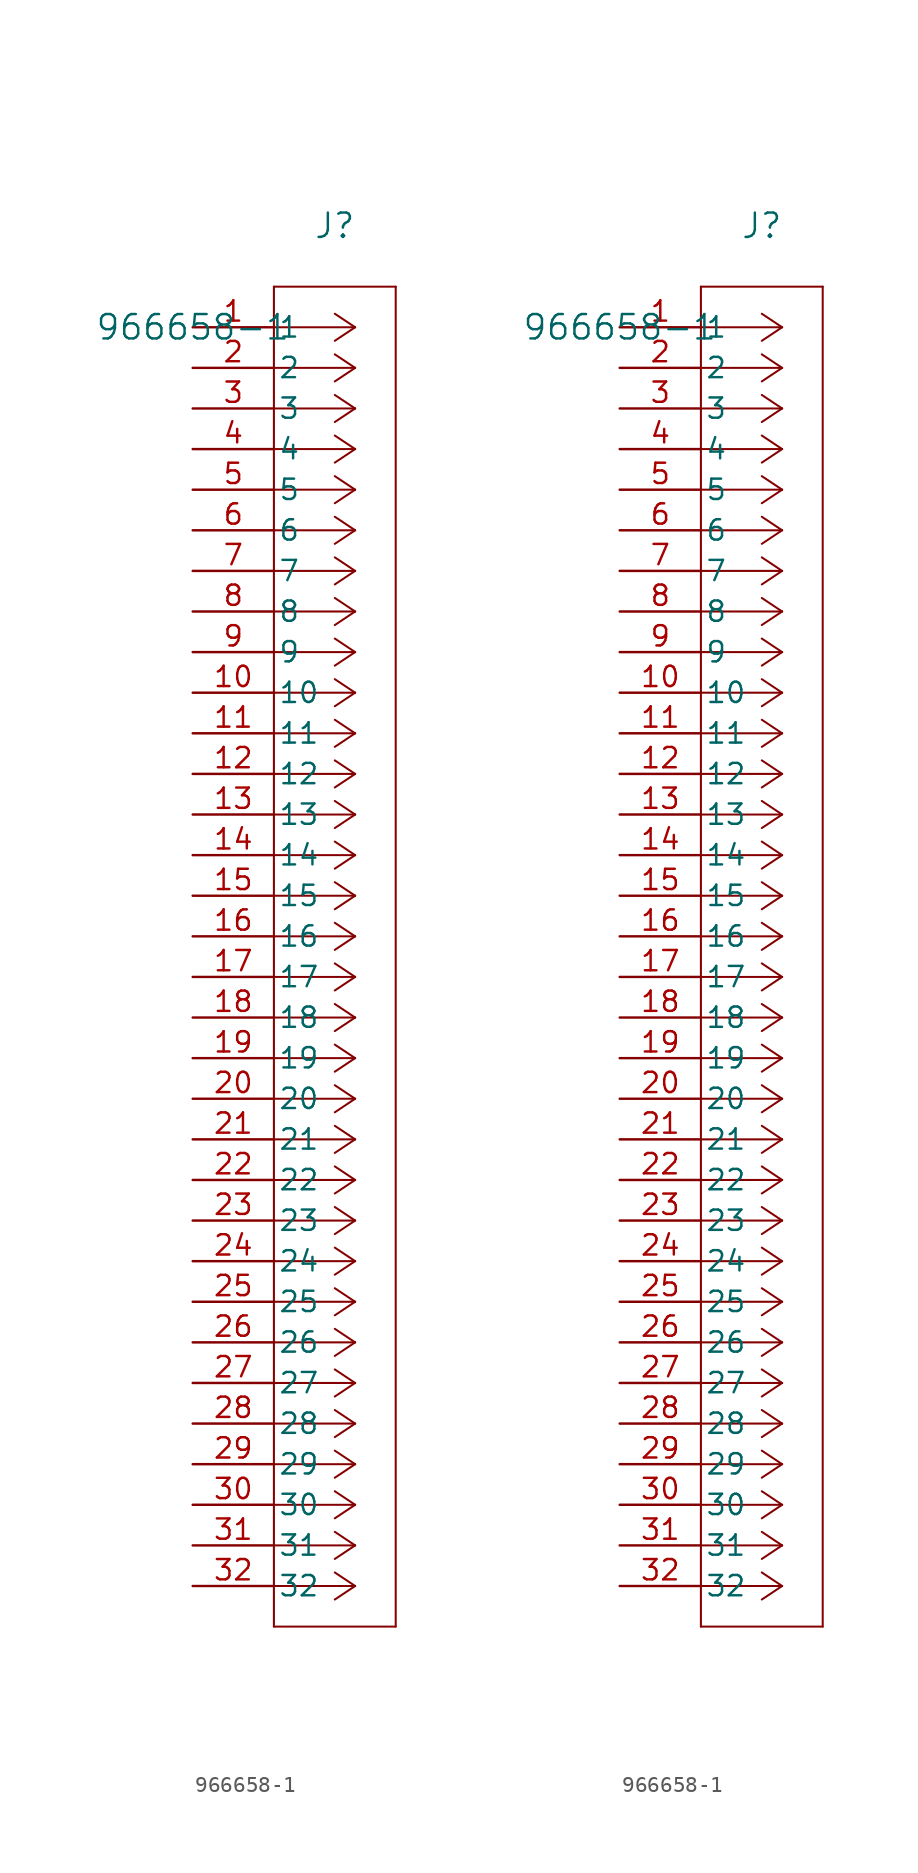
<source format=kicad_sym>
(kicad_symbol_lib
  (version 20211014)
  (generator kicad_symbol_editor)
  (symbol "966658-1"
    (pin_names
      (offset 0.254))
    (property "Reference" "J"
      (at 8.89 6.35 0)
      (effects (font (size 1.524 1.524))))
    (property "Value" "966658-1"
      (at 0 0 0)
      (effects (font (size 1.524 1.524))))
    (symbol "966658-1_1_1"
      (polyline (pts (xy 10.16 0) (xy 5.08 0)) (stroke (width 0.127) (type default) (color 0 0 0 0)) (fill (type none)))
      (polyline (pts (xy 10.16 -2.54) (xy 5.08 -2.54)) (stroke (width 0.127) (type default) (color 0 0 0 0)) (fill (type none)))
      (polyline (pts (xy 10.16 -5.08) (xy 5.08 -5.08)) (stroke (width 0.127) (type default) (color 0 0 0 0)) (fill (type none)))
      (polyline (pts (xy 10.16 -7.62) (xy 5.08 -7.62)) (stroke (width 0.127) (type default) (color 0 0 0 0)) (fill (type none)))
      (polyline (pts (xy 10.16 -10.16) (xy 5.08 -10.16)) (stroke (width 0.127) (type default) (color 0 0 0 0)) (fill (type none)))
      (polyline (pts (xy 10.16 -12.7) (xy 5.08 -12.7)) (stroke (width 0.127) (type default) (color 0 0 0 0)) (fill (type none)))
      (polyline (pts (xy 10.16 -15.24) (xy 5.08 -15.24)) (stroke (width 0.127) (type default) (color 0 0 0 0)) (fill (type none)))
      (polyline (pts (xy 10.16 -17.78) (xy 5.08 -17.78)) (stroke (width 0.127) (type default) (color 0 0 0 0)) (fill (type none)))
      (polyline (pts (xy 10.16 -20.32) (xy 5.08 -20.32)) (stroke (width 0.127) (type default) (color 0 0 0 0)) (fill (type none)))
      (polyline (pts (xy 10.16 -22.86) (xy 5.08 -22.86)) (stroke (width 0.127) (type default) (color 0 0 0 0)) (fill (type none)))
      (polyline (pts (xy 10.16 -25.4) (xy 5.08 -25.4)) (stroke (width 0.127) (type default) (color 0 0 0 0)) (fill (type none)))
      (polyline (pts (xy 10.16 -27.94) (xy 5.08 -27.94)) (stroke (width 0.127) (type default) (color 0 0 0 0)) (fill (type none)))
      (polyline (pts (xy 10.16 -30.48) (xy 5.08 -30.48)) (stroke (width 0.127) (type default) (color 0 0 0 0)) (fill (type none)))
      (polyline (pts (xy 10.16 -33.02) (xy 5.08 -33.02)) (stroke (width 0.127) (type default) (color 0 0 0 0)) (fill (type none)))
      (polyline (pts (xy 10.16 -35.56) (xy 5.08 -35.56)) (stroke (width 0.127) (type default) (color 0 0 0 0)) (fill (type none)))
      (polyline (pts (xy 10.16 -38.1) (xy 5.08 -38.1)) (stroke (width 0.127) (type default) (color 0 0 0 0)) (fill (type none)))
      (polyline (pts (xy 10.16 -40.64) (xy 5.08 -40.64)) (stroke (width 0.127) (type default) (color 0 0 0 0)) (fill (type none)))
      (polyline (pts (xy 10.16 -43.18) (xy 5.08 -43.18)) (stroke (width 0.127) (type default) (color 0 0 0 0)) (fill (type none)))
      (polyline (pts (xy 10.16 -45.72) (xy 5.08 -45.72)) (stroke (width 0.127) (type default) (color 0 0 0 0)) (fill (type none)))
      (polyline (pts (xy 10.16 -48.26) (xy 5.08 -48.26)) (stroke (width 0.127) (type default) (color 0 0 0 0)) (fill (type none)))
      (polyline (pts (xy 10.16 -50.8) (xy 5.08 -50.8)) (stroke (width 0.127) (type default) (color 0 0 0 0)) (fill (type none)))
      (polyline (pts (xy 10.16 -53.34) (xy 5.08 -53.34)) (stroke (width 0.127) (type default) (color 0 0 0 0)) (fill (type none)))
      (polyline (pts (xy 10.16 -55.88) (xy 5.08 -55.88)) (stroke (width 0.127) (type default) (color 0 0 0 0)) (fill (type none)))
      (polyline (pts (xy 10.16 -58.42) (xy 5.08 -58.42)) (stroke (width 0.127) (type default) (color 0 0 0 0)) (fill (type none)))
      (polyline (pts (xy 10.16 -60.96) (xy 5.08 -60.96)) (stroke (width 0.127) (type default) (color 0 0 0 0)) (fill (type none)))
      (polyline (pts (xy 10.16 -63.5) (xy 5.08 -63.5)) (stroke (width 0.127) (type default) (color 0 0 0 0)) (fill (type none)))
      (polyline (pts (xy 10.16 -66.04) (xy 5.08 -66.04)) (stroke (width 0.127) (type default) (color 0 0 0 0)) (fill (type none)))
      (polyline (pts (xy 10.16 -68.58) (xy 5.08 -68.58)) (stroke (width 0.127) (type default) (color 0 0 0 0)) (fill (type none)))
      (polyline (pts (xy 10.16 -71.12) (xy 5.08 -71.12)) (stroke (width 0.127) (type default) (color 0 0 0 0)) (fill (type none)))
      (polyline (pts (xy 10.16 -73.66) (xy 5.08 -73.66)) (stroke (width 0.127) (type default) (color 0 0 0 0)) (fill (type none)))
      (polyline (pts (xy 10.16 -76.2) (xy 5.08 -76.2)) (stroke (width 0.127) (type default) (color 0 0 0 0)) (fill (type none)))
      (polyline (pts (xy 10.16 -78.74) (xy 5.08 -78.74)) (stroke (width 0.127) (type default) (color 0 0 0 0)) (fill (type none)))
      (polyline (pts (xy 10.16 0) (xy 8.89 0.847)) (stroke (width 0.127) (type default) (color 0 0 0 0)) (fill (type none)))
      (polyline (pts (xy 10.16 -2.54) (xy 8.89 -1.693)) (stroke (width 0.127) (type default) (color 0 0 0 0)) (fill (type none)))
      (polyline (pts (xy 10.16 -5.08) (xy 8.89 -4.233)) (stroke (width 0.127) (type default) (color 0 0 0 0)) (fill (type none)))
      (polyline (pts (xy 10.16 -7.62) (xy 8.89 -6.773)) (stroke (width 0.127) (type default) (color 0 0 0 0)) (fill (type none)))
      (polyline (pts (xy 10.16 -10.16) (xy 8.89 -9.313)) (stroke (width 0.127) (type default) (color 0 0 0 0)) (fill (type none)))
      (polyline (pts (xy 10.16 -12.7) (xy 8.89 -11.853)) (stroke (width 0.127) (type default) (color 0 0 0 0)) (fill (type none)))
      (polyline (pts (xy 10.16 -15.24) (xy 8.89 -14.393)) (stroke (width 0.127) (type default) (color 0 0 0 0)) (fill (type none)))
      (polyline (pts (xy 10.16 -17.78) (xy 8.89 -16.933)) (stroke (width 0.127) (type default) (color 0 0 0 0)) (fill (type none)))
      (polyline (pts (xy 10.16 -20.32) (xy 8.89 -19.473)) (stroke (width 0.127) (type default) (color 0 0 0 0)) (fill (type none)))
      (polyline (pts (xy 10.16 -22.86) (xy 8.89 -22.013)) (stroke (width 0.127) (type default) (color 0 0 0 0)) (fill (type none)))
      (polyline (pts (xy 10.16 -25.4) (xy 8.89 -24.553)) (stroke (width 0.127) (type default) (color 0 0 0 0)) (fill (type none)))
      (polyline (pts (xy 10.16 -27.94) (xy 8.89 -27.093)) (stroke (width 0.127) (type default) (color 0 0 0 0)) (fill (type none)))
      (polyline (pts (xy 10.16 -30.48) (xy 8.89 -29.633)) (stroke (width 0.127) (type default) (color 0 0 0 0)) (fill (type none)))
      (polyline (pts (xy 10.16 -33.02) (xy 8.89 -32.173)) (stroke (width 0.127) (type default) (color 0 0 0 0)) (fill (type none)))
      (polyline (pts (xy 10.16 -35.56) (xy 8.89 -34.713)) (stroke (width 0.127) (type default) (color 0 0 0 0)) (fill (type none)))
      (polyline (pts (xy 10.16 -38.1) (xy 8.89 -37.253)) (stroke (width 0.127) (type default) (color 0 0 0 0)) (fill (type none)))
      (polyline (pts (xy 10.16 -40.64) (xy 8.89 -39.793)) (stroke (width 0.127) (type default) (color 0 0 0 0)) (fill (type none)))
      (polyline (pts (xy 10.16 -43.18) (xy 8.89 -42.333)) (stroke (width 0.127) (type default) (color 0 0 0 0)) (fill (type none)))
      (polyline (pts (xy 10.16 -45.72) (xy 8.89 -44.873)) (stroke (width 0.127) (type default) (color 0 0 0 0)) (fill (type none)))
      (polyline (pts (xy 10.16 -48.26) (xy 8.89 -47.413)) (stroke (width 0.127) (type default) (color 0 0 0 0)) (fill (type none)))
      (polyline (pts (xy 10.16 -50.8) (xy 8.89 -49.953)) (stroke (width 0.127) (type default) (color 0 0 0 0)) (fill (type none)))
      (polyline (pts (xy 10.16 -53.34) (xy 8.89 -52.493)) (stroke (width 0.127) (type default) (color 0 0 0 0)) (fill (type none)))
      (polyline (pts (xy 10.16 -55.88) (xy 8.89 -55.033)) (stroke (width 0.127) (type default) (color 0 0 0 0)) (fill (type none)))
      (polyline (pts (xy 10.16 -58.42) (xy 8.89 -57.573)) (stroke (width 0.127) (type default) (color 0 0 0 0)) (fill (type none)))
      (polyline (pts (xy 10.16 -60.96) (xy 8.89 -60.113)) (stroke (width 0.127) (type default) (color 0 0 0 0)) (fill (type none)))
      (polyline (pts (xy 10.16 -63.5) (xy 8.89 -62.653)) (stroke (width 0.127) (type default) (color 0 0 0 0)) (fill (type none)))
      (polyline (pts (xy 10.16 -66.04) (xy 8.89 -65.193)) (stroke (width 0.127) (type default) (color 0 0 0 0)) (fill (type none)))
      (polyline (pts (xy 10.16 -68.58) (xy 8.89 -67.733)) (stroke (width 0.127) (type default) (color 0 0 0 0)) (fill (type none)))
      (polyline (pts (xy 10.16 -71.12) (xy 8.89 -70.273)) (stroke (width 0.127) (type default) (color 0 0 0 0)) (fill (type none)))
      (polyline (pts (xy 10.16 -73.66) (xy 8.89 -72.813)) (stroke (width 0.127) (type default) (color 0 0 0 0)) (fill (type none)))
      (polyline (pts (xy 10.16 -76.2) (xy 8.89 -75.353)) (stroke (width 0.127) (type default) (color 0 0 0 0)) (fill (type none)))
      (polyline (pts (xy 10.16 -78.74) (xy 8.89 -77.893)) (stroke (width 0.127) (type default) (color 0 0 0 0)) (fill (type none)))
      (polyline (pts (xy 10.16 0) (xy 8.89 -0.847)) (stroke (width 0.127) (type default) (color 0 0 0 0)) (fill (type none)))
      (polyline (pts (xy 10.16 -2.54) (xy 8.89 -3.387)) (stroke (width 0.127) (type default) (color 0 0 0 0)) (fill (type none)))
      (polyline (pts (xy 10.16 -5.08) (xy 8.89 -5.927)) (stroke (width 0.127) (type default) (color 0 0 0 0)) (fill (type none)))
      (polyline (pts (xy 10.16 -7.62) (xy 8.89 -8.467)) (stroke (width 0.127) (type default) (color 0 0 0 0)) (fill (type none)))
      (polyline (pts (xy 10.16 -10.16) (xy 8.89 -11.007)) (stroke (width 0.127) (type default) (color 0 0 0 0)) (fill (type none)))
      (polyline (pts (xy 10.16 -12.7) (xy 8.89 -13.547)) (stroke (width 0.127) (type default) (color 0 0 0 0)) (fill (type none)))
      (polyline (pts (xy 10.16 -15.24) (xy 8.89 -16.087)) (stroke (width 0.127) (type default) (color 0 0 0 0)) (fill (type none)))
      (polyline (pts (xy 10.16 -17.78) (xy 8.89 -18.627)) (stroke (width 0.127) (type default) (color 0 0 0 0)) (fill (type none)))
      (polyline (pts (xy 10.16 -20.32) (xy 8.89 -21.167)) (stroke (width 0.127) (type default) (color 0 0 0 0)) (fill (type none)))
      (polyline (pts (xy 10.16 -22.86) (xy 8.89 -23.707)) (stroke (width 0.127) (type default) (color 0 0 0 0)) (fill (type none)))
      (polyline (pts (xy 10.16 -25.4) (xy 8.89 -26.247)) (stroke (width 0.127) (type default) (color 0 0 0 0)) (fill (type none)))
      (polyline (pts (xy 10.16 -27.94) (xy 8.89 -28.787)) (stroke (width 0.127) (type default) (color 0 0 0 0)) (fill (type none)))
      (polyline (pts (xy 10.16 -30.48) (xy 8.89 -31.327)) (stroke (width 0.127) (type default) (color 0 0 0 0)) (fill (type none)))
      (polyline (pts (xy 10.16 -33.02) (xy 8.89 -33.867)) (stroke (width 0.127) (type default) (color 0 0 0 0)) (fill (type none)))
      (polyline (pts (xy 10.16 -35.56) (xy 8.89 -36.407)) (stroke (width 0.127) (type default) (color 0 0 0 0)) (fill (type none)))
      (polyline (pts (xy 10.16 -38.1) (xy 8.89 -38.947)) (stroke (width 0.127) (type default) (color 0 0 0 0)) (fill (type none)))
      (polyline (pts (xy 10.16 -40.64) (xy 8.89 -41.487)) (stroke (width 0.127) (type default) (color 0 0 0 0)) (fill (type none)))
      (polyline (pts (xy 10.16 -43.18) (xy 8.89 -44.027)) (stroke (width 0.127) (type default) (color 0 0 0 0)) (fill (type none)))
      (polyline (pts (xy 10.16 -45.72) (xy 8.89 -46.567)) (stroke (width 0.127) (type default) (color 0 0 0 0)) (fill (type none)))
      (polyline (pts (xy 10.16 -48.26) (xy 8.89 -49.107)) (stroke (width 0.127) (type default) (color 0 0 0 0)) (fill (type none)))
      (polyline (pts (xy 10.16 -50.8) (xy 8.89 -51.647)) (stroke (width 0.127) (type default) (color 0 0 0 0)) (fill (type none)))
      (polyline (pts (xy 10.16 -53.34) (xy 8.89 -54.187)) (stroke (width 0.127) (type default) (color 0 0 0 0)) (fill (type none)))
      (polyline (pts (xy 10.16 -55.88) (xy 8.89 -56.727)) (stroke (width 0.127) (type default) (color 0 0 0 0)) (fill (type none)))
      (polyline (pts (xy 10.16 -58.42) (xy 8.89 -59.267)) (stroke (width 0.127) (type default) (color 0 0 0 0)) (fill (type none)))
      (polyline (pts (xy 10.16 -60.96) (xy 8.89 -61.807)) (stroke (width 0.127) (type default) (color 0 0 0 0)) (fill (type none)))
      (polyline (pts (xy 10.16 -63.5) (xy 8.89 -64.347)) (stroke (width 0.127) (type default) (color 0 0 0 0)) (fill (type none)))
      (polyline (pts (xy 10.16 -66.04) (xy 8.89 -66.887)) (stroke (width 0.127) (type default) (color 0 0 0 0)) (fill (type none)))
      (polyline (pts (xy 10.16 -68.58) (xy 8.89 -69.427)) (stroke (width 0.127) (type default) (color 0 0 0 0)) (fill (type none)))
      (polyline (pts (xy 10.16 -71.12) (xy 8.89 -71.967)) (stroke (width 0.127) (type default) (color 0 0 0 0)) (fill (type none)))
      (polyline (pts (xy 10.16 -73.66) (xy 8.89 -74.507)) (stroke (width 0.127) (type default) (color 0 0 0 0)) (fill (type none)))
      (polyline (pts (xy 10.16 -76.2) (xy 8.89 -77.047)) (stroke (width 0.127) (type default) (color 0 0 0 0)) (fill (type none)))
      (polyline (pts (xy 10.16 -78.74) (xy 8.89 -79.587)) (stroke (width 0.127) (type default) (color 0 0 0 0)) (fill (type none)))
      (polyline (pts (xy 5.08 2.54) (xy 5.08 -81.28)) (stroke (width 0.127) (type default) (color 0 0 0 0)) (fill (type none)))
      (polyline (pts (xy 5.08 -81.28) (xy 12.7 -81.28)) (stroke (width 0.127) (type default) (color 0 0 0 0)) (fill (type none)))
      (polyline (pts (xy 12.7 -81.28) (xy 12.7 2.54)) (stroke (width 0.127) (type default) (color 0 0 0 0)) (fill (type none)))
      (polyline (pts (xy 12.7 2.54) (xy 5.08 2.54)) (stroke (width 0.127) (type default) (color 0 0 0 0)) (fill (type none)))
      (pin unspecified line (at 0 0 0) (length 5.08) (name "1" (effects (font (size 1.27 1.27)))) (number "1" (effects (font (size 1.27 1.27)))))
      (pin unspecified line (at 0 -2.54 0) (length 5.08) (name "2" (effects (font (size 1.27 1.27)))) (number "2" (effects (font (size 1.27 1.27)))))
      (pin unspecified line (at 0 -5.08 0) (length 5.08) (name "3" (effects (font (size 1.27 1.27)))) (number "3" (effects (font (size 1.27 1.27)))))
      (pin unspecified line (at 0 -7.62 0) (length 5.08) (name "4" (effects (font (size 1.27 1.27)))) (number "4" (effects (font (size 1.27 1.27)))))
      (pin unspecified line (at 0 -10.16 0) (length 5.08) (name "5" (effects (font (size 1.27 1.27)))) (number "5" (effects (font (size 1.27 1.27)))))
      (pin unspecified line (at 0 -12.7 0) (length 5.08) (name "6" (effects (font (size 1.27 1.27)))) (number "6" (effects (font (size 1.27 1.27)))))
      (pin unspecified line (at 0 -15.24 0) (length 5.08) (name "7" (effects (font (size 1.27 1.27)))) (number "7" (effects (font (size 1.27 1.27)))))
      (pin unspecified line (at 0 -17.78 0) (length 5.08) (name "8" (effects (font (size 1.27 1.27)))) (number "8" (effects (font (size 1.27 1.27)))))
      (pin unspecified line (at 0 -20.32 0) (length 5.08) (name "9" (effects (font (size 1.27 1.27)))) (number "9" (effects (font (size 1.27 1.27)))))
      (pin unspecified line (at 0 -22.86 0) (length 5.08) (name "10" (effects (font (size 1.27 1.27)))) (number "10" (effects (font (size 1.27 1.27)))))
      (pin unspecified line (at 0 -25.4 0) (length 5.08) (name "11" (effects (font (size 1.27 1.27)))) (number "11" (effects (font (size 1.27 1.27)))))
      (pin unspecified line (at 0 -27.94 0) (length 5.08) (name "12" (effects (font (size 1.27 1.27)))) (number "12" (effects (font (size 1.27 1.27)))))
      (pin unspecified line (at 0 -30.48 0) (length 5.08) (name "13" (effects (font (size 1.27 1.27)))) (number "13" (effects (font (size 1.27 1.27)))))
      (pin unspecified line (at 0 -33.02 0) (length 5.08) (name "14" (effects (font (size 1.27 1.27)))) (number "14" (effects (font (size 1.27 1.27)))))
      (pin unspecified line (at 0 -35.56 0) (length 5.08) (name "15" (effects (font (size 1.27 1.27)))) (number "15" (effects (font (size 1.27 1.27)))))
      (pin unspecified line (at 0 -38.1 0) (length 5.08) (name "16" (effects (font (size 1.27 1.27)))) (number "16" (effects (font (size 1.27 1.27)))))
      (pin unspecified line (at 0 -40.64 0) (length 5.08) (name "17" (effects (font (size 1.27 1.27)))) (number "17" (effects (font (size 1.27 1.27)))))
      (pin unspecified line (at 0 -43.18 0) (length 5.08) (name "18" (effects (font (size 1.27 1.27)))) (number "18" (effects (font (size 1.27 1.27)))))
      (pin unspecified line (at 0 -45.72 0) (length 5.08) (name "19" (effects (font (size 1.27 1.27)))) (number "19" (effects (font (size 1.27 1.27)))))
      (pin unspecified line (at 0 -48.26 0) (length 5.08) (name "20" (effects (font (size 1.27 1.27)))) (number "20" (effects (font (size 1.27 1.27)))))
      (pin unspecified line (at 0 -50.8 0) (length 5.08) (name "21" (effects (font (size 1.27 1.27)))) (number "21" (effects (font (size 1.27 1.27)))))
      (pin unspecified line (at 0 -53.34 0) (length 5.08) (name "22" (effects (font (size 1.27 1.27)))) (number "22" (effects (font (size 1.27 1.27)))))
      (pin unspecified line (at 0 -55.88 0) (length 5.08) (name "23" (effects (font (size 1.27 1.27)))) (number "23" (effects (font (size 1.27 1.27)))))
      (pin unspecified line (at 0 -58.42 0) (length 5.08) (name "24" (effects (font (size 1.27 1.27)))) (number "24" (effects (font (size 1.27 1.27)))))
      (pin unspecified line (at 0 -60.96 0) (length 5.08) (name "25" (effects (font (size 1.27 1.27)))) (number "25" (effects (font (size 1.27 1.27)))))
      (pin unspecified line (at 0 -63.5 0) (length 5.08) (name "26" (effects (font (size 1.27 1.27)))) (number "26" (effects (font (size 1.27 1.27)))))
      (pin unspecified line (at 0 -66.04 0) (length 5.08) (name "27" (effects (font (size 1.27 1.27)))) (number "27" (effects (font (size 1.27 1.27)))))
      (pin unspecified line (at 0 -68.58 0) (length 5.08) (name "28" (effects (font (size 1.27 1.27)))) (number "28" (effects (font (size 1.27 1.27)))))
      (pin unspecified line (at 0 -71.12 0) (length 5.08) (name "29" (effects (font (size 1.27 1.27)))) (number "29" (effects (font (size 1.27 1.27)))))
      (pin unspecified line (at 0 -73.66 0) (length 5.08) (name "30" (effects (font (size 1.27 1.27)))) (number "30" (effects (font (size 1.27 1.27)))))
      (pin unspecified line (at 0 -76.2 0) (length 5.08) (name "31" (effects (font (size 1.27 1.27)))) (number "31" (effects (font (size 1.27 1.27)))))
      (pin unspecified line (at 0 -78.74 0) (length 5.08) (name "32" (effects (font (size 1.27 1.27)))) (number "32" (effects (font (size 1.27 1.27))))))
    (symbol "966658-1_1_2"
      (polyline (pts (xy 10.16 0) (xy 5.08 0)) (stroke (width 0.127) (type default) (color 0 0 0 0)) (fill (type none)))
      (polyline (pts (xy 10.16 -2.54) (xy 5.08 -2.54)) (stroke (width 0.127) (type default) (color 0 0 0 0)) (fill (type none)))
      (polyline (pts (xy 10.16 -5.08) (xy 5.08 -5.08)) (stroke (width 0.127) (type default) (color 0 0 0 0)) (fill (type none)))
      (polyline (pts (xy 10.16 -7.62) (xy 5.08 -7.62)) (stroke (width 0.127) (type default) (color 0 0 0 0)) (fill (type none)))
      (polyline (pts (xy 10.16 -10.16) (xy 5.08 -10.16)) (stroke (width 0.127) (type default) (color 0 0 0 0)) (fill (type none)))
      (polyline (pts (xy 10.16 -12.7) (xy 5.08 -12.7)) (stroke (width 0.127) (type default) (color 0 0 0 0)) (fill (type none)))
      (polyline (pts (xy 10.16 -15.24) (xy 5.08 -15.24)) (stroke (width 0.127) (type default) (color 0 0 0 0)) (fill (type none)))
      (polyline (pts (xy 10.16 -17.78) (xy 5.08 -17.78)) (stroke (width 0.127) (type default) (color 0 0 0 0)) (fill (type none)))
      (polyline (pts (xy 10.16 -20.32) (xy 5.08 -20.32)) (stroke (width 0.127) (type default) (color 0 0 0 0)) (fill (type none)))
      (polyline (pts (xy 10.16 -22.86) (xy 5.08 -22.86)) (stroke (width 0.127) (type default) (color 0 0 0 0)) (fill (type none)))
      (polyline (pts (xy 10.16 -25.4) (xy 5.08 -25.4)) (stroke (width 0.127) (type default) (color 0 0 0 0)) (fill (type none)))
      (polyline (pts (xy 10.16 -27.94) (xy 5.08 -27.94)) (stroke (width 0.127) (type default) (color 0 0 0 0)) (fill (type none)))
      (polyline (pts (xy 10.16 -30.48) (xy 5.08 -30.48)) (stroke (width 0.127) (type default) (color 0 0 0 0)) (fill (type none)))
      (polyline (pts (xy 10.16 -33.02) (xy 5.08 -33.02)) (stroke (width 0.127) (type default) (color 0 0 0 0)) (fill (type none)))
      (polyline (pts (xy 10.16 -35.56) (xy 5.08 -35.56)) (stroke (width 0.127) (type default) (color 0 0 0 0)) (fill (type none)))
      (polyline (pts (xy 10.16 -38.1) (xy 5.08 -38.1)) (stroke (width 0.127) (type default) (color 0 0 0 0)) (fill (type none)))
      (polyline (pts (xy 10.16 -40.64) (xy 5.08 -40.64)) (stroke (width 0.127) (type default) (color 0 0 0 0)) (fill (type none)))
      (polyline (pts (xy 10.16 -43.18) (xy 5.08 -43.18)) (stroke (width 0.127) (type default) (color 0 0 0 0)) (fill (type none)))
      (polyline (pts (xy 10.16 -45.72) (xy 5.08 -45.72)) (stroke (width 0.127) (type default) (color 0 0 0 0)) (fill (type none)))
      (polyline (pts (xy 10.16 -48.26) (xy 5.08 -48.26)) (stroke (width 0.127) (type default) (color 0 0 0 0)) (fill (type none)))
      (polyline (pts (xy 10.16 -50.8) (xy 5.08 -50.8)) (stroke (width 0.127) (type default) (color 0 0 0 0)) (fill (type none)))
      (polyline (pts (xy 10.16 -53.34) (xy 5.08 -53.34)) (stroke (width 0.127) (type default) (color 0 0 0 0)) (fill (type none)))
      (polyline (pts (xy 10.16 -55.88) (xy 5.08 -55.88)) (stroke (width 0.127) (type default) (color 0 0 0 0)) (fill (type none)))
      (polyline (pts (xy 10.16 -58.42) (xy 5.08 -58.42)) (stroke (width 0.127) (type default) (color 0 0 0 0)) (fill (type none)))
      (polyline (pts (xy 10.16 -60.96) (xy 5.08 -60.96)) (stroke (width 0.127) (type default) (color 0 0 0 0)) (fill (type none)))
      (polyline (pts (xy 10.16 -63.5) (xy 5.08 -63.5)) (stroke (width 0.127) (type default) (color 0 0 0 0)) (fill (type none)))
      (polyline (pts (xy 10.16 -66.04) (xy 5.08 -66.04)) (stroke (width 0.127) (type default) (color 0 0 0 0)) (fill (type none)))
      (polyline (pts (xy 10.16 -68.58) (xy 5.08 -68.58)) (stroke (width 0.127) (type default) (color 0 0 0 0)) (fill (type none)))
      (polyline (pts (xy 10.16 -71.12) (xy 5.08 -71.12)) (stroke (width 0.127) (type default) (color 0 0 0 0)) (fill (type none)))
      (polyline (pts (xy 10.16 -73.66) (xy 5.08 -73.66)) (stroke (width 0.127) (type default) (color 0 0 0 0)) (fill (type none)))
      (polyline (pts (xy 10.16 -76.2) (xy 5.08 -76.2)) (stroke (width 0.127) (type default) (color 0 0 0 0)) (fill (type none)))
      (polyline (pts (xy 10.16 -78.74) (xy 5.08 -78.74)) (stroke (width 0.127) (type default) (color 0 0 0 0)) (fill (type none)))
      (polyline (pts (xy 10.16 0) (xy 8.89 0.847)) (stroke (width 0.127) (type default) (color 0 0 0 0)) (fill (type none)))
      (polyline (pts (xy 10.16 -2.54) (xy 8.89 -1.693)) (stroke (width 0.127) (type default) (color 0 0 0 0)) (fill (type none)))
      (polyline (pts (xy 10.16 -5.08) (xy 8.89 -4.233)) (stroke (width 0.127) (type default) (color 0 0 0 0)) (fill (type none)))
      (polyline (pts (xy 10.16 -7.62) (xy 8.89 -6.773)) (stroke (width 0.127) (type default) (color 0 0 0 0)) (fill (type none)))
      (polyline (pts (xy 10.16 -10.16) (xy 8.89 -9.313)) (stroke (width 0.127) (type default) (color 0 0 0 0)) (fill (type none)))
      (polyline (pts (xy 10.16 -12.7) (xy 8.89 -11.853)) (stroke (width 0.127) (type default) (color 0 0 0 0)) (fill (type none)))
      (polyline (pts (xy 10.16 -15.24) (xy 8.89 -14.393)) (stroke (width 0.127) (type default) (color 0 0 0 0)) (fill (type none)))
      (polyline (pts (xy 10.16 -17.78) (xy 8.89 -16.933)) (stroke (width 0.127) (type default) (color 0 0 0 0)) (fill (type none)))
      (polyline (pts (xy 10.16 -20.32) (xy 8.89 -19.473)) (stroke (width 0.127) (type default) (color 0 0 0 0)) (fill (type none)))
      (polyline (pts (xy 10.16 -22.86) (xy 8.89 -22.013)) (stroke (width 0.127) (type default) (color 0 0 0 0)) (fill (type none)))
      (polyline (pts (xy 10.16 -25.4) (xy 8.89 -24.553)) (stroke (width 0.127) (type default) (color 0 0 0 0)) (fill (type none)))
      (polyline (pts (xy 10.16 -27.94) (xy 8.89 -27.093)) (stroke (width 0.127) (type default) (color 0 0 0 0)) (fill (type none)))
      (polyline (pts (xy 10.16 -30.48) (xy 8.89 -29.633)) (stroke (width 0.127) (type default) (color 0 0 0 0)) (fill (type none)))
      (polyline (pts (xy 10.16 -33.02) (xy 8.89 -32.173)) (stroke (width 0.127) (type default) (color 0 0 0 0)) (fill (type none)))
      (polyline (pts (xy 10.16 -35.56) (xy 8.89 -34.713)) (stroke (width 0.127) (type default) (color 0 0 0 0)) (fill (type none)))
      (polyline (pts (xy 10.16 -38.1) (xy 8.89 -37.253)) (stroke (width 0.127) (type default) (color 0 0 0 0)) (fill (type none)))
      (polyline (pts (xy 10.16 -40.64) (xy 8.89 -39.793)) (stroke (width 0.127) (type default) (color 0 0 0 0)) (fill (type none)))
      (polyline (pts (xy 10.16 -43.18) (xy 8.89 -42.333)) (stroke (width 0.127) (type default) (color 0 0 0 0)) (fill (type none)))
      (polyline (pts (xy 10.16 -45.72) (xy 8.89 -44.873)) (stroke (width 0.127) (type default) (color 0 0 0 0)) (fill (type none)))
      (polyline (pts (xy 10.16 -48.26) (xy 8.89 -47.413)) (stroke (width 0.127) (type default) (color 0 0 0 0)) (fill (type none)))
      (polyline (pts (xy 10.16 -50.8) (xy 8.89 -49.953)) (stroke (width 0.127) (type default) (color 0 0 0 0)) (fill (type none)))
      (polyline (pts (xy 10.16 -53.34) (xy 8.89 -52.493)) (stroke (width 0.127) (type default) (color 0 0 0 0)) (fill (type none)))
      (polyline (pts (xy 10.16 -55.88) (xy 8.89 -55.033)) (stroke (width 0.127) (type default) (color 0 0 0 0)) (fill (type none)))
      (polyline (pts (xy 10.16 -58.42) (xy 8.89 -57.573)) (stroke (width 0.127) (type default) (color 0 0 0 0)) (fill (type none)))
      (polyline (pts (xy 10.16 -60.96) (xy 8.89 -60.113)) (stroke (width 0.127) (type default) (color 0 0 0 0)) (fill (type none)))
      (polyline (pts (xy 10.16 -63.5) (xy 8.89 -62.653)) (stroke (width 0.127) (type default) (color 0 0 0 0)) (fill (type none)))
      (polyline (pts (xy 10.16 -66.04) (xy 8.89 -65.193)) (stroke (width 0.127) (type default) (color 0 0 0 0)) (fill (type none)))
      (polyline (pts (xy 10.16 -68.58) (xy 8.89 -67.733)) (stroke (width 0.127) (type default) (color 0 0 0 0)) (fill (type none)))
      (polyline (pts (xy 10.16 -71.12) (xy 8.89 -70.273)) (stroke (width 0.127) (type default) (color 0 0 0 0)) (fill (type none)))
      (polyline (pts (xy 10.16 -73.66) (xy 8.89 -72.813)) (stroke (width 0.127) (type default) (color 0 0 0 0)) (fill (type none)))
      (polyline (pts (xy 10.16 -76.2) (xy 8.89 -75.353)) (stroke (width 0.127) (type default) (color 0 0 0 0)) (fill (type none)))
      (polyline (pts (xy 10.16 -78.74) (xy 8.89 -77.893)) (stroke (width 0.127) (type default) (color 0 0 0 0)) (fill (type none)))
      (polyline (pts (xy 10.16 0) (xy 8.89 -0.847)) (stroke (width 0.127) (type default) (color 0 0 0 0)) (fill (type none)))
      (polyline (pts (xy 10.16 -2.54) (xy 8.89 -3.387)) (stroke (width 0.127) (type default) (color 0 0 0 0)) (fill (type none)))
      (polyline (pts (xy 10.16 -5.08) (xy 8.89 -5.927)) (stroke (width 0.127) (type default) (color 0 0 0 0)) (fill (type none)))
      (polyline (pts (xy 10.16 -7.62) (xy 8.89 -8.467)) (stroke (width 0.127) (type default) (color 0 0 0 0)) (fill (type none)))
      (polyline (pts (xy 10.16 -10.16) (xy 8.89 -11.007)) (stroke (width 0.127) (type default) (color 0 0 0 0)) (fill (type none)))
      (polyline (pts (xy 10.16 -12.7) (xy 8.89 -13.547)) (stroke (width 0.127) (type default) (color 0 0 0 0)) (fill (type none)))
      (polyline (pts (xy 10.16 -15.24) (xy 8.89 -16.087)) (stroke (width 0.127) (type default) (color 0 0 0 0)) (fill (type none)))
      (polyline (pts (xy 10.16 -17.78) (xy 8.89 -18.627)) (stroke (width 0.127) (type default) (color 0 0 0 0)) (fill (type none)))
      (polyline (pts (xy 10.16 -20.32) (xy 8.89 -21.167)) (stroke (width 0.127) (type default) (color 0 0 0 0)) (fill (type none)))
      (polyline (pts (xy 10.16 -22.86) (xy 8.89 -23.707)) (stroke (width 0.127) (type default) (color 0 0 0 0)) (fill (type none)))
      (polyline (pts (xy 10.16 -25.4) (xy 8.89 -26.247)) (stroke (width 0.127) (type default) (color 0 0 0 0)) (fill (type none)))
      (polyline (pts (xy 10.16 -27.94) (xy 8.89 -28.787)) (stroke (width 0.127) (type default) (color 0 0 0 0)) (fill (type none)))
      (polyline (pts (xy 10.16 -30.48) (xy 8.89 -31.327)) (stroke (width 0.127) (type default) (color 0 0 0 0)) (fill (type none)))
      (polyline (pts (xy 10.16 -33.02) (xy 8.89 -33.867)) (stroke (width 0.127) (type default) (color 0 0 0 0)) (fill (type none)))
      (polyline (pts (xy 10.16 -35.56) (xy 8.89 -36.407)) (stroke (width 0.127) (type default) (color 0 0 0 0)) (fill (type none)))
      (polyline (pts (xy 10.16 -38.1) (xy 8.89 -38.947)) (stroke (width 0.127) (type default) (color 0 0 0 0)) (fill (type none)))
      (polyline (pts (xy 10.16 -40.64) (xy 8.89 -41.487)) (stroke (width 0.127) (type default) (color 0 0 0 0)) (fill (type none)))
      (polyline (pts (xy 10.16 -43.18) (xy 8.89 -44.027)) (stroke (width 0.127) (type default) (color 0 0 0 0)) (fill (type none)))
      (polyline (pts (xy 10.16 -45.72) (xy 8.89 -46.567)) (stroke (width 0.127) (type default) (color 0 0 0 0)) (fill (type none)))
      (polyline (pts (xy 10.16 -48.26) (xy 8.89 -49.107)) (stroke (width 0.127) (type default) (color 0 0 0 0)) (fill (type none)))
      (polyline (pts (xy 10.16 -50.8) (xy 8.89 -51.647)) (stroke (width 0.127) (type default) (color 0 0 0 0)) (fill (type none)))
      (polyline (pts (xy 10.16 -53.34) (xy 8.89 -54.187)) (stroke (width 0.127) (type default) (color 0 0 0 0)) (fill (type none)))
      (polyline (pts (xy 10.16 -55.88) (xy 8.89 -56.727)) (stroke (width 0.127) (type default) (color 0 0 0 0)) (fill (type none)))
      (polyline (pts (xy 10.16 -58.42) (xy 8.89 -59.267)) (stroke (width 0.127) (type default) (color 0 0 0 0)) (fill (type none)))
      (polyline (pts (xy 10.16 -60.96) (xy 8.89 -61.807)) (stroke (width 0.127) (type default) (color 0 0 0 0)) (fill (type none)))
      (polyline (pts (xy 10.16 -63.5) (xy 8.89 -64.347)) (stroke (width 0.127) (type default) (color 0 0 0 0)) (fill (type none)))
      (polyline (pts (xy 10.16 -66.04) (xy 8.89 -66.887)) (stroke (width 0.127) (type default) (color 0 0 0 0)) (fill (type none)))
      (polyline (pts (xy 10.16 -68.58) (xy 8.89 -69.427)) (stroke (width 0.127) (type default) (color 0 0 0 0)) (fill (type none)))
      (polyline (pts (xy 10.16 -71.12) (xy 8.89 -71.967)) (stroke (width 0.127) (type default) (color 0 0 0 0)) (fill (type none)))
      (polyline (pts (xy 10.16 -73.66) (xy 8.89 -74.507)) (stroke (width 0.127) (type default) (color 0 0 0 0)) (fill (type none)))
      (polyline (pts (xy 10.16 -76.2) (xy 8.89 -77.047)) (stroke (width 0.127) (type default) (color 0 0 0 0)) (fill (type none)))
      (polyline (pts (xy 10.16 -78.74) (xy 8.89 -79.587)) (stroke (width 0.127) (type default) (color 0 0 0 0)) (fill (type none)))
      (polyline (pts (xy 5.08 2.54) (xy 5.08 -81.28)) (stroke (width 0.127) (type default) (color 0 0 0 0)) (fill (type none)))
      (polyline (pts (xy 5.08 -81.28) (xy 12.7 -81.28)) (stroke (width 0.127) (type default) (color 0 0 0 0)) (fill (type none)))
      (polyline (pts (xy 12.7 -81.28) (xy 12.7 2.54)) (stroke (width 0.127) (type default) (color 0 0 0 0)) (fill (type none)))
      (polyline (pts (xy 12.7 2.54) (xy 5.08 2.54)) (stroke (width 0.127) (type default) (color 0 0 0 0)) (fill (type none)))
      (pin unspecified line (at 0 0 0) (length 5.08) (name "1" (effects (font (size 1.27 1.27)))) (number "1" (effects (font (size 1.27 1.27)))))
      (pin unspecified line (at 0 -2.54 0) (length 5.08) (name "2" (effects (font (size 1.27 1.27)))) (number "2" (effects (font (size 1.27 1.27)))))
      (pin unspecified line (at 0 -5.08 0) (length 5.08) (name "3" (effects (font (size 1.27 1.27)))) (number "3" (effects (font (size 1.27 1.27)))))
      (pin unspecified line (at 0 -7.62 0) (length 5.08) (name "4" (effects (font (size 1.27 1.27)))) (number "4" (effects (font (size 1.27 1.27)))))
      (pin unspecified line (at 0 -10.16 0) (length 5.08) (name "5" (effects (font (size 1.27 1.27)))) (number "5" (effects (font (size 1.27 1.27)))))
      (pin unspecified line (at 0 -12.7 0) (length 5.08) (name "6" (effects (font (size 1.27 1.27)))) (number "6" (effects (font (size 1.27 1.27)))))
      (pin unspecified line (at 0 -15.24 0) (length 5.08) (name "7" (effects (font (size 1.27 1.27)))) (number "7" (effects (font (size 1.27 1.27)))))
      (pin unspecified line (at 0 -17.78 0) (length 5.08) (name "8" (effects (font (size 1.27 1.27)))) (number "8" (effects (font (size 1.27 1.27)))))
      (pin unspecified line (at 0 -20.32 0) (length 5.08) (name "9" (effects (font (size 1.27 1.27)))) (number "9" (effects (font (size 1.27 1.27)))))
      (pin unspecified line (at 0 -22.86 0) (length 5.08) (name "10" (effects (font (size 1.27 1.27)))) (number "10" (effects (font (size 1.27 1.27)))))
      (pin unspecified line (at 0 -25.4 0) (length 5.08) (name "11" (effects (font (size 1.27 1.27)))) (number "11" (effects (font (size 1.27 1.27)))))
      (pin unspecified line (at 0 -27.94 0) (length 5.08) (name "12" (effects (font (size 1.27 1.27)))) (number "12" (effects (font (size 1.27 1.27)))))
      (pin unspecified line (at 0 -30.48 0) (length 5.08) (name "13" (effects (font (size 1.27 1.27)))) (number "13" (effects (font (size 1.27 1.27)))))
      (pin unspecified line (at 0 -33.02 0) (length 5.08) (name "14" (effects (font (size 1.27 1.27)))) (number "14" (effects (font (size 1.27 1.27)))))
      (pin unspecified line (at 0 -35.56 0) (length 5.08) (name "15" (effects (font (size 1.27 1.27)))) (number "15" (effects (font (size 1.27 1.27)))))
      (pin unspecified line (at 0 -38.1 0) (length 5.08) (name "16" (effects (font (size 1.27 1.27)))) (number "16" (effects (font (size 1.27 1.27)))))
      (pin unspecified line (at 0 -40.64 0) (length 5.08) (name "17" (effects (font (size 1.27 1.27)))) (number "17" (effects (font (size 1.27 1.27)))))
      (pin unspecified line (at 0 -43.18 0) (length 5.08) (name "18" (effects (font (size 1.27 1.27)))) (number "18" (effects (font (size 1.27 1.27)))))
      (pin unspecified line (at 0 -45.72 0) (length 5.08) (name "19" (effects (font (size 1.27 1.27)))) (number "19" (effects (font (size 1.27 1.27)))))
      (pin unspecified line (at 0 -48.26 0) (length 5.08) (name "20" (effects (font (size 1.27 1.27)))) (number "20" (effects (font (size 1.27 1.27)))))
      (pin unspecified line (at 0 -50.8 0) (length 5.08) (name "21" (effects (font (size 1.27 1.27)))) (number "21" (effects (font (size 1.27 1.27)))))
      (pin unspecified line (at 0 -53.34 0) (length 5.08) (name "22" (effects (font (size 1.27 1.27)))) (number "22" (effects (font (size 1.27 1.27)))))
      (pin unspecified line (at 0 -55.88 0) (length 5.08) (name "23" (effects (font (size 1.27 1.27)))) (number "23" (effects (font (size 1.27 1.27)))))
      (pin unspecified line (at 0 -58.42 0) (length 5.08) (name "24" (effects (font (size 1.27 1.27)))) (number "24" (effects (font (size 1.27 1.27)))))
      (pin unspecified line (at 0 -60.96 0) (length 5.08) (name "25" (effects (font (size 1.27 1.27)))) (number "25" (effects (font (size 1.27 1.27)))))
      (pin unspecified line (at 0 -63.5 0) (length 5.08) (name "26" (effects (font (size 1.27 1.27)))) (number "26" (effects (font (size 1.27 1.27)))))
      (pin unspecified line (at 0 -66.04 0) (length 5.08) (name "27" (effects (font (size 1.27 1.27)))) (number "27" (effects (font (size 1.27 1.27)))))
      (pin unspecified line (at 0 -68.58 0) (length 5.08) (name "28" (effects (font (size 1.27 1.27)))) (number "28" (effects (font (size 1.27 1.27)))))
      (pin unspecified line (at 0 -71.12 0) (length 5.08) (name "29" (effects (font (size 1.27 1.27)))) (number "29" (effects (font (size 1.27 1.27)))))
      (pin unspecified line (at 0 -73.66 0) (length 5.08) (name "30" (effects (font (size 1.27 1.27)))) (number "30" (effects (font (size 1.27 1.27)))))
      (pin unspecified line (at 0 -76.2 0) (length 5.08) (name "31" (effects (font (size 1.27 1.27)))) (number "31" (effects (font (size 1.27 1.27)))))
      (pin unspecified line (at 0 -78.74 0) (length 5.08) (name "32" (effects (font (size 1.27 1.27)))) (number "32" (effects (font (size 1.27 1.27))))))))
</source>
